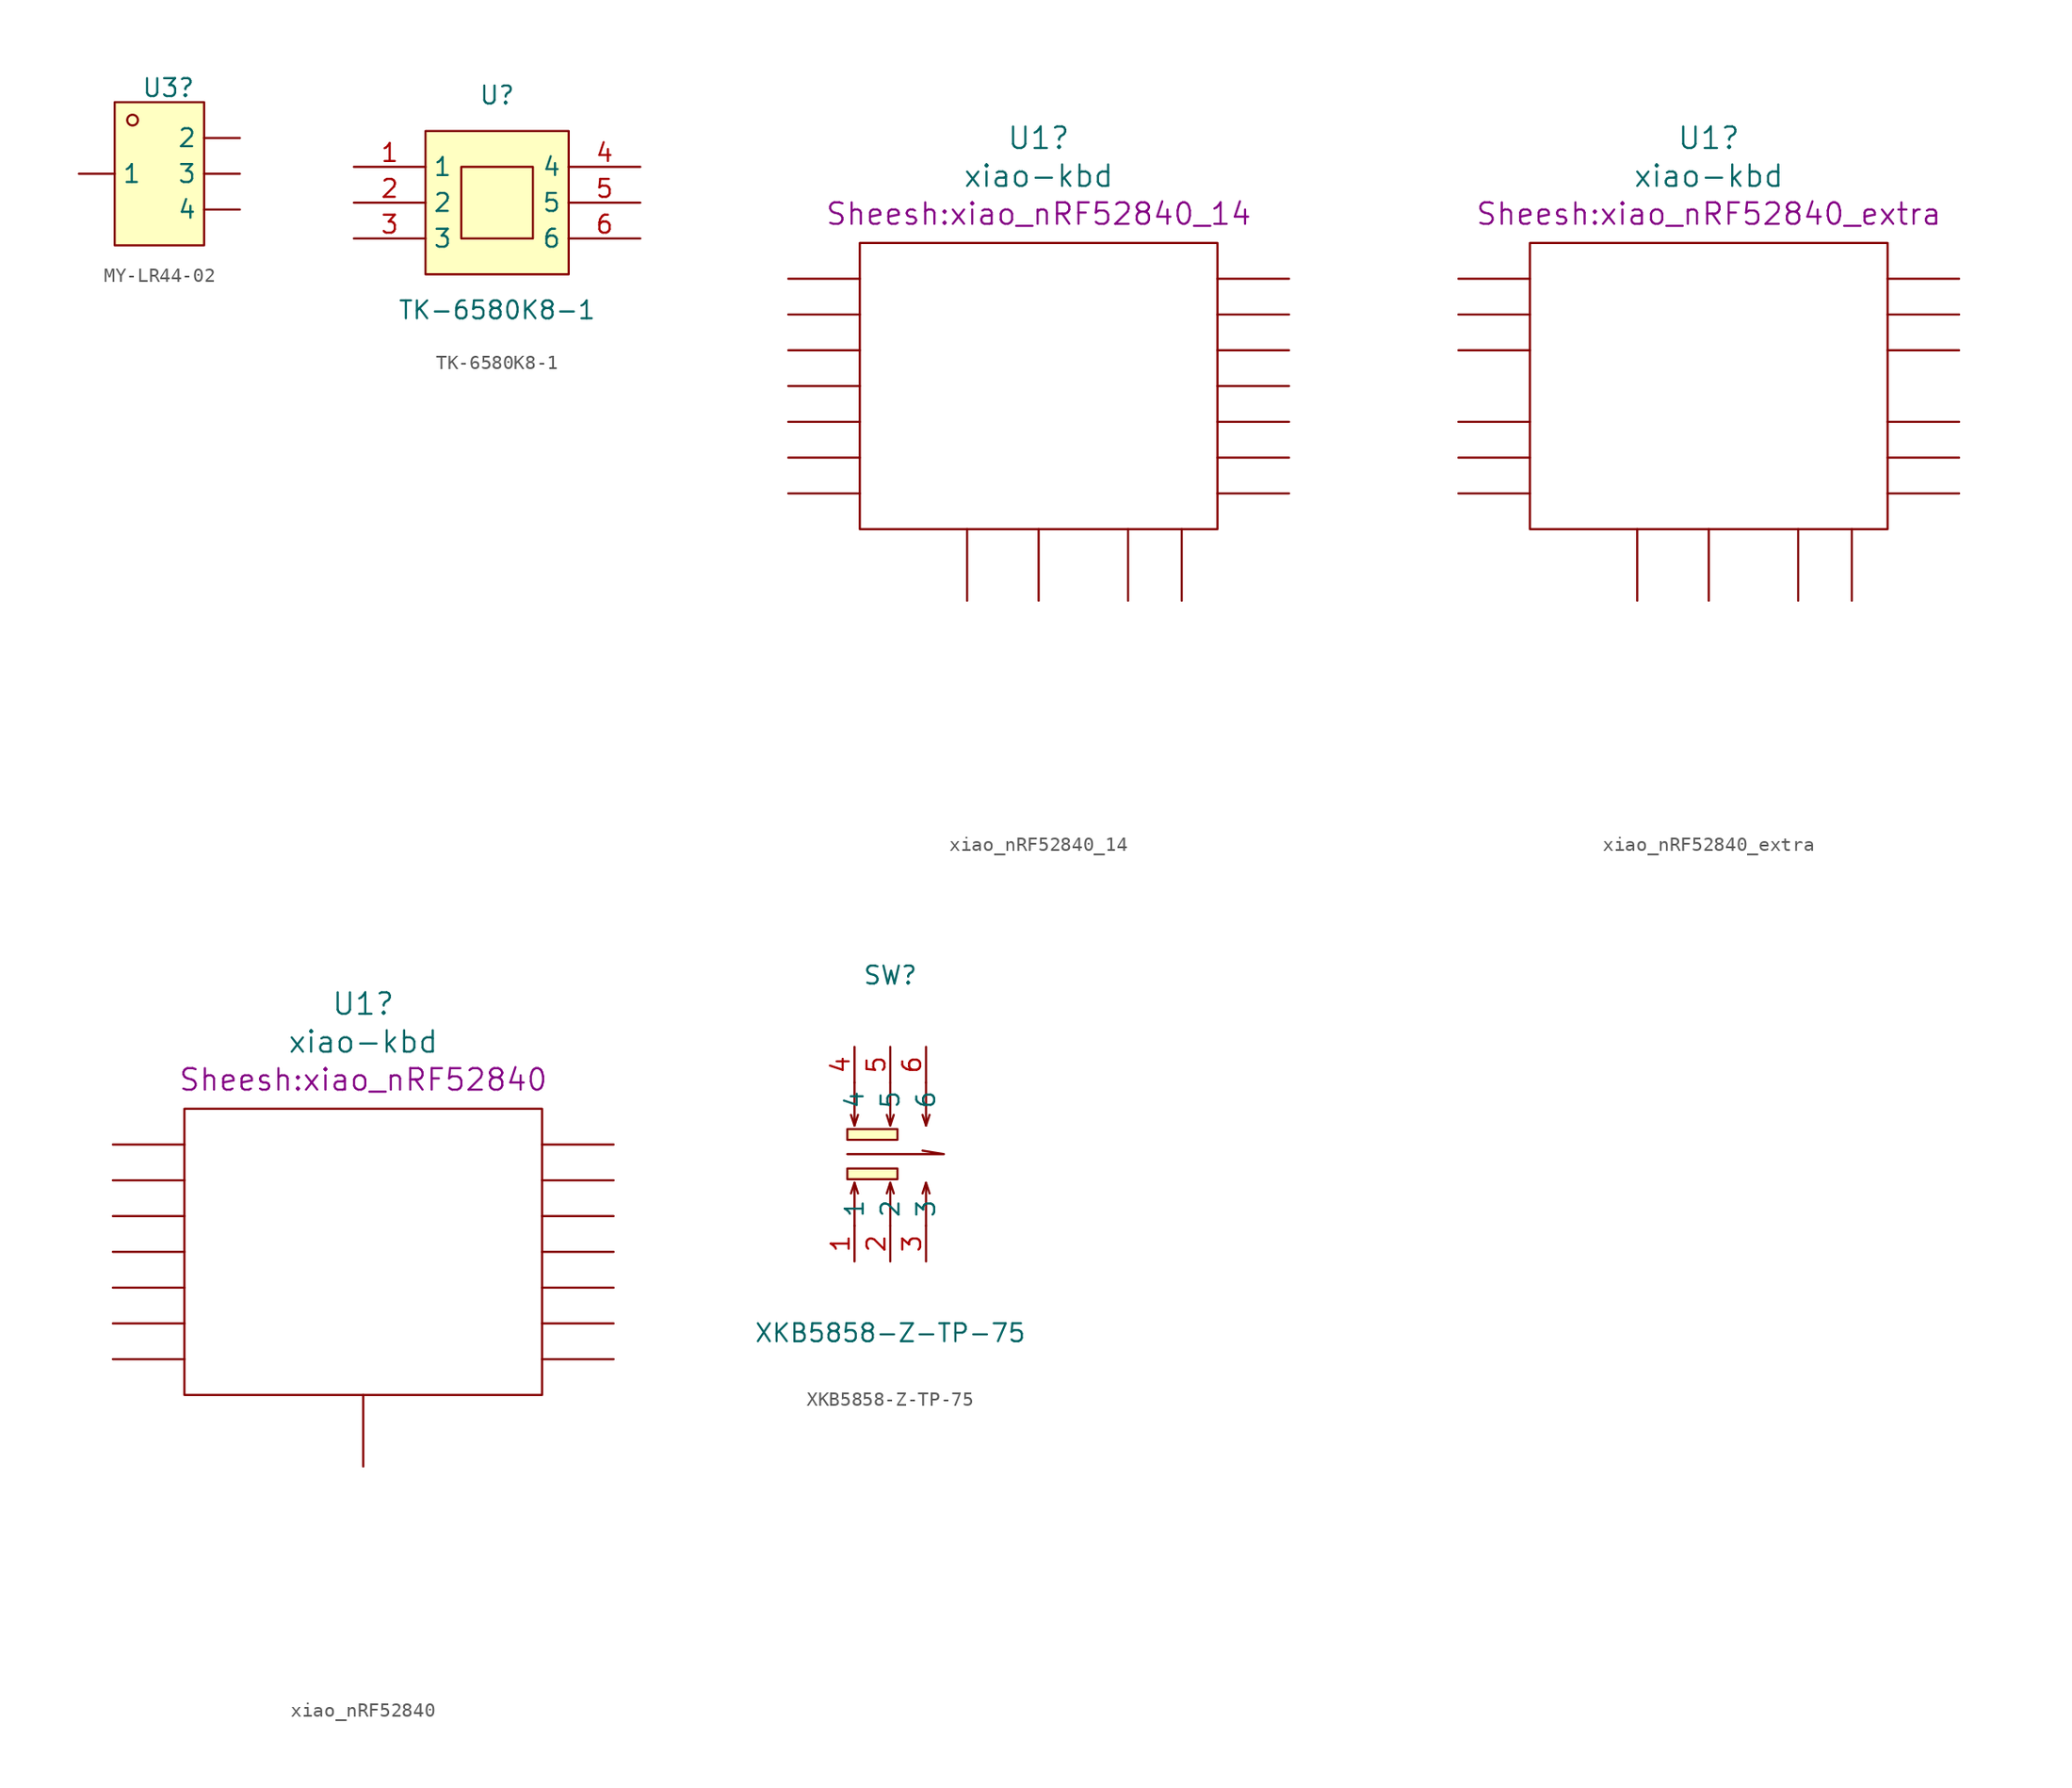
<source format=kicad_sym>
(kicad_symbol_lib
  (version 20231120)
  (generator "kicad_symbol_editor")
  (generator_version "8.0")
  (symbol "MY-LR44-02"
    (pin_numbers hide)
    (property "Reference" "U3"
      (at 0 6.096 0)
      (effects (font (size 1.27 1.27))))
    (symbol "MY-LR44-02_0_1"
      (rectangle (start -3.81 5.08) (end 2.54 -5.08) (stroke (width 0) (type default)) (fill (type background)))
      (circle (center -2.54 3.81) (radius 0.38) (stroke (width 0) (type default)) (fill (type none))))
    (symbol "MY-LR44-02_1_1"
      (pin passive line (at -6.35 0 0) (length 2.54) (name "1" (effects (font (size 1.27 1.27)))) (number "1" (effects (font (size 1.27 1.27)))))
      (pin passive line (at 5.08 2.54 180) (length 2.54) (name "2" (effects (font (size 1.27 1.27)))) (number "2" (effects (font (size 1.27 1.27)))))
      (pin passive line (at 5.08 0 180) (length 2.54) (name "3" (effects (font (size 1.27 1.27)))) (number "3" (effects (font (size 1.27 1.27)))))
      (pin passive line (at 5.08 -2.54 180) (length 2.54) (name "4" (effects (font (size 1.27 1.27)))) (number "4" (effects (font (size 1.27 1.27)))))))
  (symbol "TK-6580K8-1"
    (property "Reference" "U"
      (at 0 7.62 0)
      (effects (font (size 1.27 1.27))))
    (property "Value" "TK-6580K8-1"
      (at 0 -7.62 0)
      (effects (font (size 1.27 1.27))))
    (symbol "TK-6580K8-1_0_1"
      (rectangle (start -5.08 5.08) (end 5.08 -5.08) (stroke (width 0) (type default)) (fill (type background)))
      (rectangle (start -2.54 2.54) (end 2.54 -2.54) (stroke (width 0) (type default)) (fill (type background)))
      (pin unspecified line (at -10.16 2.54 0) (length 5.08) (name "1" (effects (font (size 1.27 1.27)))) (number "1" (effects (font (size 1.27 1.27)))))
      (pin unspecified line (at -10.16 0 0) (length 5.08) (name "2" (effects (font (size 1.27 1.27)))) (number "2" (effects (font (size 1.27 1.27)))))
      (pin unspecified line (at -10.16 -2.54 0) (length 5.08) (name "3" (effects (font (size 1.27 1.27)))) (number "3" (effects (font (size 1.27 1.27)))))
      (pin unspecified line (at 10.16 2.54 180) (length 5.08) (name "4" (effects (font (size 1.27 1.27)))) (number "4" (effects (font (size 1.27 1.27)))))
      (pin unspecified line (at 10.16 0 180) (length 5.08) (name "5" (effects (font (size 1.27 1.27)))) (number "5" (effects (font (size 1.27 1.27)))))
      (pin unspecified line (at 10.16 -2.54 180) (length 5.08) (name "6" (effects (font (size 1.27 1.27)))) (number "6" (effects (font (size 1.27 1.27)))))))
  (symbol "xiao_nRF52840_14"
    (pin_numbers hide)
    (pin_names
      (offset 1.016) hide)
    (property "Reference" "U1"
      (at 0 17.602 0)
      (effects (font (size 1.524 1.524))))
    (property "Value" "xiao-kbd"
      (at 0 14.91 0)
      (effects (font (size 1.524 1.524))))
    (property "Footprint" "Sheesh:xiao_nRF52840_14"
      (at 0 12.217 0)
      (effects (font (size 1.524 1.524))))
    (property "Datasheet" ""
      (at 2.54 -26.67 0)
      (effects (font (size 1.524 1.524))))
    (symbol "xiao_nRF52840_14_0_1"
      (rectangle (start -12.7 10.16) (end 12.7 -10.16) (stroke (width 0) (type default)) (fill (type none))))
    (symbol "xiao_nRF52840_14_1_1"
      (pin bidirectional line (at -17.78 7.62 0) (length 5.08) (name "D0" (effects (font (size 1.27 1.27)))) (number "1" (effects (font (size 1.27 1.27)))))
      (pin bidirectional line (at 17.78 -2.54 180) (length 5.08) (name "D9" (effects (font (size 1.27 1.27)))) (number "10" (effects (font (size 1.27 1.27)))))
      (pin bidirectional line (at 17.78 0 180) (length 5.08) (name "D10" (effects (font (size 1.27 1.27)))) (number "11" (effects (font (size 1.27 1.27)))))
      (pin power_out line (at 17.78 2.54 180) (length 5.08) (name "3v3" (effects (font (size 1.27 1.27)))) (number "12" (effects (font (size 1.27 1.27)))))
      (pin power_out line (at 17.78 5.08 180) (length 5.08) (name "GND" (effects (font (size 1.27 1.27)))) (number "13" (effects (font (size 1.27 1.27)))))
      (pin power_out line (at 17.78 7.62 180) (length 5.08) (name "5v" (effects (font (size 1.27 1.27)))) (number "14" (effects (font (size 1.27 1.27)))))
      (pin passive line (at 6.35 -15.24 90) (length 5.08) (name "NFC1" (effects (font (size 1.27 1.27)))) (number "15" (effects (font (size 1.27 1.27)))))
      (pin passive line (at 10.16 -15.24 90) (length 5.08) (name "NFC2" (effects (font (size 1.27 1.27)))) (number "16" (effects (font (size 1.27 1.27)))))
      (pin passive line (at 0 -15.24 90) (length 5.08) (name "BAT+" (effects (font (size 1.27 1.27)))) (number "17" (effects (font (size 1.27 1.27)))))
      (pin passive line (at -5.08 -15.24 90) (length 5.08) (name "RST" (effects (font (size 1.27 1.27)))) (number "18" (effects (font (size 1.27 1.27)))))
      (pin bidirectional line (at -17.78 5.08 0) (length 5.08) (name "D1" (effects (font (size 1.27 1.27)))) (number "2" (effects (font (size 1.27 1.27)))))
      (pin bidirectional line (at -17.78 2.54 0) (length 5.08) (name "D2" (effects (font (size 1.27 1.27)))) (number "3" (effects (font (size 1.27 1.27)))))
      (pin bidirectional line (at -17.78 0 0) (length 5.08) (name "D3" (effects (font (size 1.27 1.27)))) (number "4" (effects (font (size 1.27 1.27)))))
      (pin bidirectional line (at -17.78 -2.54 0) (length 5.08) (name "D4" (effects (font (size 1.27 1.27)))) (number "5" (effects (font (size 1.27 1.27)))))
      (pin bidirectional line (at -17.78 -5.08 0) (length 5.08) (name "D5" (effects (font (size 1.27 1.27)))) (number "6" (effects (font (size 1.27 1.27)))))
      (pin bidirectional line (at -17.78 -7.62 0) (length 5.08) (name "D6" (effects (font (size 1.27 1.27)))) (number "7" (effects (font (size 1.27 1.27)))))
      (pin bidirectional line (at 17.78 -7.62 180) (length 5.08) (name "D7" (effects (font (size 1.27 1.27)))) (number "8" (effects (font (size 1.27 1.27)))))
      (pin bidirectional line (at 17.78 -5.08 180) (length 5.08) (name "D8" (effects (font (size 1.27 1.27)))) (number "9" (effects (font (size 1.27 1.27)))))))
  (symbol "xiao_nRF52840_extra"
    (pin_numbers hide)
    (pin_names
      (offset 1.016) hide)
    (property "Reference" "U1"
      (at 0 17.602 0)
      (effects (font (size 1.524 1.524))))
    (property "Value" "xiao-kbd"
      (at 0 14.91 0)
      (effects (font (size 1.524 1.524))))
    (property "Footprint" "Sheesh:xiao_nRF52840_extra"
      (at 0 12.217 0)
      (effects (font (size 1.524 1.524))))
    (property "Datasheet" ""
      (at 2.54 -26.67 0)
      (effects (font (size 1.524 1.524))))
    (symbol "xiao_nRF52840_extra_0_1"
      (rectangle (start -12.7 10.16) (end 12.7 -10.16) (stroke (width 0) (type default)) (fill (type none))))
    (symbol "xiao_nRF52840_extra_1_1"
      (pin bidirectional line (at -17.78 7.62 0) (length 5.08) (name "D0" (effects (font (size 1.27 1.27)))) (number "1" (effects (font (size 1.27 1.27)))))
      (pin bidirectional line (at 17.78 -2.54 180) (length 5.08) (name "D9" (effects (font (size 1.27 1.27)))) (number "10" (effects (font (size 1.27 1.27)))))
      (pin power_out line (at 17.78 2.54 180) (length 5.08) (name "3v3" (effects (font (size 1.27 1.27)))) (number "12" (effects (font (size 1.27 1.27)))))
      (pin power_out line (at 17.78 5.08 180) (length 5.08) (name "GND" (effects (font (size 1.27 1.27)))) (number "13" (effects (font (size 1.27 1.27)))))
      (pin power_out line (at 17.78 7.62 180) (length 5.08) (name "5v" (effects (font (size 1.27 1.27)))) (number "14" (effects (font (size 1.27 1.27)))))
      (pin passive line (at 6.35 -15.24 90) (length 5.08) (name "NFC1" (effects (font (size 1.27 1.27)))) (number "15" (effects (font (size 1.27 1.27)))))
      (pin passive line (at 10.16 -15.24 90) (length 5.08) (name "NFC2" (effects (font (size 1.27 1.27)))) (number "16" (effects (font (size 1.27 1.27)))))
      (pin passive line (at -11.43 7.62 180) (length 1.27) hide (name "hole" (effects (font (size 1.27 1.27)))) (number "16" (effects (font (size 1.27 1.27)))))
      (pin passive line (at 0 -15.24 90) (length 5.08) (name "BAT+" (effects (font (size 1.27 1.27)))) (number "17" (effects (font (size 1.27 1.27)))))
      (pin passive line (at -11.43 5.08 180) (length 1.27) hide (name "hole" (effects (font (size 1.27 1.27)))) (number "17" (effects (font (size 1.27 1.27)))))
      (pin passive line (at -5.08 -15.24 90) (length 5.08) (name "RST" (effects (font (size 1.27 1.27)))) (number "18" (effects (font (size 1.27 1.27)))))
      (pin passive line (at -11.43 2.54 180) (length 1.27) hide (name "hole" (effects (font (size 1.27 1.27)))) (number "18" (effects (font (size 1.27 1.27)))))
      (pin passive line (at -11.43 0 180) (length 1.27) hide (name "hole" (effects (font (size 1.27 1.27)))) (number "19" (effects (font (size 1.27 1.27)))))
      (pin bidirectional line (at -17.78 5.08 0) (length 5.08) (name "D1" (effects (font (size 1.27 1.27)))) (number "2" (effects (font (size 1.27 1.27)))))
      (pin passive line (at -11.43 -2.54 180) (length 1.27) hide (name "hole" (effects (font (size 1.27 1.27)))) (number "20" (effects (font (size 1.27 1.27)))))
      (pin passive line (at -11.43 -5.08 180) (length 1.27) hide (name "hole" (effects (font (size 1.27 1.27)))) (number "21" (effects (font (size 1.27 1.27)))))
      (pin passive line (at -11.43 -7.62 180) (length 1.27) hide (name "hole" (effects (font (size 1.27 1.27)))) (number "22" (effects (font (size 1.27 1.27)))))
      (pin passive line (at 11.43 -7.62 0) (length 1.27) hide (name "hole" (effects (font (size 1.27 1.27)))) (number "23" (effects (font (size 1.27 1.27)))))
      (pin passive line (at 11.43 -5.08 0) (length 1.27) hide (name "hole" (effects (font (size 1.27 1.27)))) (number "24" (effects (font (size 1.27 1.27)))))
      (pin passive line (at 11.43 -2.54 0) (length 1.27) hide (name "hole" (effects (font (size 1.27 1.27)))) (number "25" (effects (font (size 1.27 1.27)))))
      (pin passive line (at 11.43 0 0) (length 1.27) hide (name "hole" (effects (font (size 1.27 1.27)))) (number "26" (effects (font (size 1.27 1.27)))))
      (pin passive line (at 11.43 2.54 0) (length 1.27) hide (name "hole" (effects (font (size 1.27 1.27)))) (number "27" (effects (font (size 1.27 1.27)))))
      (pin passive line (at 11.43 5.08 0) (length 1.27) hide (name "hole" (effects (font (size 1.27 1.27)))) (number "28" (effects (font (size 1.27 1.27)))))
      (pin passive line (at 11.43 7.62 0) (length 1.27) hide (name "hole" (effects (font (size 1.27 1.27)))) (number "29" (effects (font (size 1.27 1.27)))))
      (pin bidirectional line (at -17.78 2.54 0) (length 5.08) (name "D2" (effects (font (size 1.27 1.27)))) (number "3" (effects (font (size 1.27 1.27)))))
      (pin bidirectional line (at -17.78 -2.54 0) (length 5.08) (name "D4" (effects (font (size 1.27 1.27)))) (number "5" (effects (font (size 1.27 1.27)))))
      (pin bidirectional line (at -17.78 -5.08 0) (length 5.08) (name "D5" (effects (font (size 1.27 1.27)))) (number "6" (effects (font (size 1.27 1.27)))))
      (pin bidirectional line (at -17.78 -7.62 0) (length 5.08) (name "D6" (effects (font (size 1.27 1.27)))) (number "7" (effects (font (size 1.27 1.27)))))
      (pin bidirectional line (at 17.78 -7.62 180) (length 5.08) (name "D7" (effects (font (size 1.27 1.27)))) (number "8" (effects (font (size 1.27 1.27)))))
      (pin bidirectional line (at 17.78 -5.08 180) (length 5.08) (name "D8" (effects (font (size 1.27 1.27)))) (number "9" (effects (font (size 1.27 1.27)))))))
  (symbol "xiao_nRF52840"
    (pin_numbers hide)
    (pin_names
      (offset 1.016) hide)
    (property "Reference" "U1"
      (at 0 17.602 0)
      (effects (font (size 1.524 1.524))))
    (property "Value" "xiao-kbd"
      (at 0 14.91 0)
      (effects (font (size 1.524 1.524))))
    (property "Footprint" "Sheesh:xiao_nRF52840"
      (at 0 12.217 0)
      (effects (font (size 1.524 1.524))))
    (property "Datasheet" ""
      (at 2.54 -26.67 0)
      (effects (font (size 1.524 1.524))))
    (symbol "xiao_nRF52840_0_1"
      (rectangle (start -12.7 10.16) (end 12.7 -10.16) (stroke (width 0) (type default)) (fill (type none))))
    (symbol "xiao_nRF52840_1_1"
      (pin bidirectional line (at -17.78 7.62 0) (length 5.08) (name "D0" (effects (font (size 1.27 1.27)))) (number "1" (effects (font (size 1.27 1.27)))))
      (pin bidirectional line (at 17.78 -2.54 180) (length 5.08) (name "D9" (effects (font (size 1.27 1.27)))) (number "10" (effects (font (size 1.27 1.27)))))
      (pin bidirectional line (at 17.78 0 180) (length 5.08) (name "D10" (effects (font (size 1.27 1.27)))) (number "11" (effects (font (size 1.27 1.27)))))
      (pin power_out line (at 17.78 2.54 180) (length 5.08) (name "3v3" (effects (font (size 1.27 1.27)))) (number "12" (effects (font (size 1.27 1.27)))))
      (pin power_out line (at 17.78 5.08 180) (length 5.08) (name "GND" (effects (font (size 1.27 1.27)))) (number "13" (effects (font (size 1.27 1.27)))))
      (pin power_out line (at 17.78 7.62 180) (length 5.08) (name "5v" (effects (font (size 1.27 1.27)))) (number "14" (effects (font (size 1.27 1.27)))))
      (pin passive line (at 0 -15.24 90) (length 5.08) (name "BAT+" (effects (font (size 1.27 1.27)))) (number "15" (effects (font (size 1.27 1.27)))))
      (pin bidirectional line (at -17.78 5.08 0) (length 5.08) (name "D1" (effects (font (size 1.27 1.27)))) (number "2" (effects (font (size 1.27 1.27)))))
      (pin bidirectional line (at -17.78 2.54 0) (length 5.08) (name "D2" (effects (font (size 1.27 1.27)))) (number "3" (effects (font (size 1.27 1.27)))))
      (pin bidirectional line (at -17.78 0 0) (length 5.08) (name "D3" (effects (font (size 1.27 1.27)))) (number "4" (effects (font (size 1.27 1.27)))))
      (pin bidirectional line (at -17.78 -2.54 0) (length 5.08) (name "D4" (effects (font (size 1.27 1.27)))) (number "5" (effects (font (size 1.27 1.27)))))
      (pin bidirectional line (at -17.78 -5.08 0) (length 5.08) (name "D5" (effects (font (size 1.27 1.27)))) (number "6" (effects (font (size 1.27 1.27)))))
      (pin bidirectional line (at -17.78 -7.62 0) (length 5.08) (name "D6" (effects (font (size 1.27 1.27)))) (number "7" (effects (font (size 1.27 1.27)))))
      (pin bidirectional line (at 17.78 -7.62 180) (length 5.08) (name "D7" (effects (font (size 1.27 1.27)))) (number "8" (effects (font (size 1.27 1.27)))))
      (pin bidirectional line (at 17.78 -5.08 180) (length 5.08) (name "D8" (effects (font (size 1.27 1.27)))) (number "9" (effects (font (size 1.27 1.27)))))))
  (symbol "XKB5858-Z-TP-75"
    (property "Reference" "SW"
      (at 0 12.7 0)
      (effects (font (size 1.27 1.27))))
    (property "Value" "XKB5858-Z-TP-75"
      (at 0 -12.7 0)
      (effects (font (size 1.27 1.27))))
    (symbol "XKB5858-Z-TP-75_0_1"
      (rectangle (start -3.05 -1.02) (end 0.51 -1.78) (stroke (width 0) (type default)) (fill (type background)))
      (rectangle (start -3.05 1.78) (end 0.51 1.02) (stroke (width 0) (type default)) (fill (type background)))
      (polyline (pts (xy -2.54 -2.03) (xy -2.79 -2.79)) (stroke (width 0) (type default)) (fill (type none)))
      (polyline (pts (xy -2.54 2.03) (xy -2.79 2.79)) (stroke (width 0) (type default)) (fill (type none)))
      (polyline (pts (xy 0 -2.03) (xy -0.25 -2.79)) (stroke (width 0) (type default)) (fill (type none)))
      (polyline (pts (xy 0 2.03) (xy -0.25 2.79)) (stroke (width 0) (type default)) (fill (type none)))
      (polyline (pts (xy 2.54 -2.03) (xy 2.29 -2.79)) (stroke (width 0) (type default)) (fill (type none)))
      (polyline (pts (xy 2.54 2.03) (xy 2.29 2.79)) (stroke (width 0) (type default)) (fill (type none)))
      (polyline (pts (xy -3.05 0) (xy 3.81 0) (xy 2.29 0.25)) (stroke (width 0) (type default)) (fill (type none)))
      (polyline (pts (xy -2.54 -5.08) (xy -2.54 -2.03) (xy -2.29 -2.79)) (stroke (width 0) (type default)) (fill (type none)))
      (polyline (pts (xy -2.54 5.08) (xy -2.54 2.03) (xy -2.29 2.79)) (stroke (width 0) (type default)) (fill (type none)))
      (polyline (pts (xy 0 -5.08) (xy 0 -2.03) (xy 0.25 -2.79)) (stroke (width 0) (type default)) (fill (type none)))
      (polyline (pts (xy 0 5.08) (xy 0 2.03) (xy 0.25 2.79)) (stroke (width 0) (type default)) (fill (type none)))
      (polyline (pts (xy 2.54 -5.08) (xy 2.54 -2.03) (xy 2.79 -2.79)) (stroke (width 0) (type default)) (fill (type none)))
      (polyline (pts (xy 2.54 5.08) (xy 2.54 2.03) (xy 2.79 2.79)) (stroke (width 0) (type default)) (fill (type none)))
      (pin unspecified line (at -2.54 -7.62 90) (length 2.54) (name "1" (effects (font (size 1.27 1.27)))) (number "1" (effects (font (size 1.27 1.27)))))
      (pin unspecified line (at 0 -7.62 90) (length 2.54) (name "2" (effects (font (size 1.27 1.27)))) (number "2" (effects (font (size 1.27 1.27)))))
      (pin unspecified line (at 2.54 -7.62 90) (length 2.54) (name "3" (effects (font (size 1.27 1.27)))) (number "3" (effects (font (size 1.27 1.27)))))
      (pin unspecified line (at -2.54 7.62 270) (length 2.54) (name "4" (effects (font (size 1.27 1.27)))) (number "4" (effects (font (size 1.27 1.27)))))
      (pin unspecified line (at 0 7.62 270) (length 2.54) (name "5" (effects (font (size 1.27 1.27)))) (number "5" (effects (font (size 1.27 1.27)))))
      (pin unspecified line (at 2.54 7.62 270) (length 2.54) (name "6" (effects (font (size 1.27 1.27)))) (number "6" (effects (font (size 1.27 1.27))))))))
</source>
